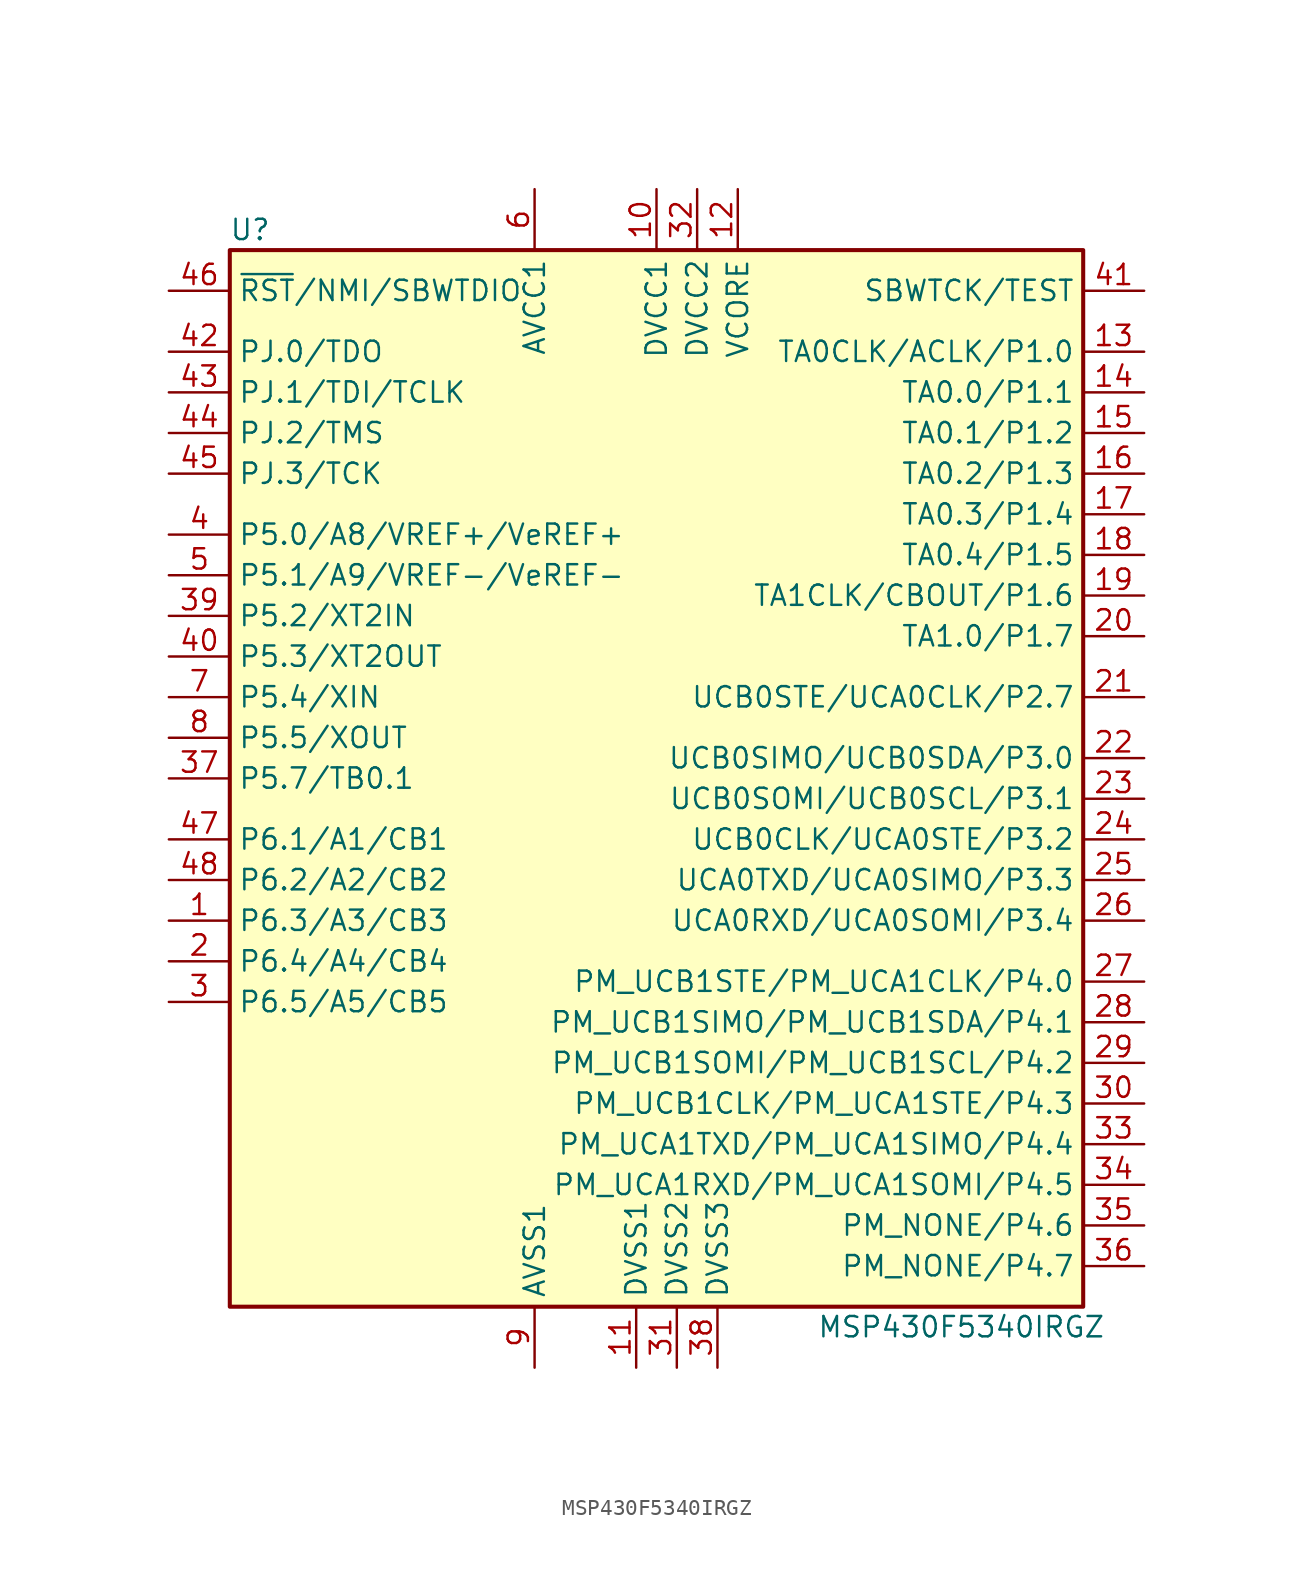
<source format=kicad_sym>
(kicad_symbol_lib
  (version 20201005)
  (generator kicad_symbol_editor)
  (symbol "MCU_Texas_MSP430:MSP430F5340IRGZ"
    (property "Reference" "U"
      (at -26.67 34.29 0)
      (effects (font (size 1.27 1.27))))
    (property "Value" "MSP430F5340IRGZ"
      (at 17.78 -34.29 0)
      (effects (font (size 1.27 1.27))))
    (symbol "MSP430F5340IRGZ_0_1"
      (rectangle (start -27.94 33.02) (end 25.4 -33.02) (stroke (width 0.254)) (fill (type background))))
    (symbol "MSP430F5340IRGZ_1_1"
      (pin bidirectional line (at -31.75 -8.89 0) (length 3.81) (name "P6.3/A3/CB3" (effects (font (size 1.27 1.27)))) (number "1" (effects (font (size 1.27 1.27)))))
      (pin power_in line (at -1.27 36.83 270) (length 3.81) (name "DVCC1" (effects (font (size 1.27 1.27)))) (number "10" (effects (font (size 1.27 1.27)))))
      (pin power_in line (at -2.54 -36.83 90) (length 3.81) (name "DVSS1" (effects (font (size 1.27 1.27)))) (number "11" (effects (font (size 1.27 1.27)))))
      (pin passive line (at 3.81 36.83 270) (length 3.81) (name "VCORE" (effects (font (size 1.27 1.27)))) (number "12" (effects (font (size 1.27 1.27)))))
      (pin bidirectional line (at 29.21 26.67 180) (length 3.81) (name "TA0CLK/ACLK/P1.0" (effects (font (size 1.27 1.27)))) (number "13" (effects (font (size 1.27 1.27)))))
      (pin bidirectional line (at 29.21 24.13 180) (length 3.81) (name "TA0.0/P1.1" (effects (font (size 1.27 1.27)))) (number "14" (effects (font (size 1.27 1.27)))))
      (pin bidirectional line (at 29.21 21.59 180) (length 3.81) (name "TA0.1/P1.2" (effects (font (size 1.27 1.27)))) (number "15" (effects (font (size 1.27 1.27)))))
      (pin bidirectional line (at 29.21 19.05 180) (length 3.81) (name "TA0.2/P1.3" (effects (font (size 1.27 1.27)))) (number "16" (effects (font (size 1.27 1.27)))))
      (pin bidirectional line (at 29.21 16.51 180) (length 3.81) (name "TA0.3/P1.4" (effects (font (size 1.27 1.27)))) (number "17" (effects (font (size 1.27 1.27)))))
      (pin bidirectional line (at 29.21 13.97 180) (length 3.81) (name "TA0.4/P1.5" (effects (font (size 1.27 1.27)))) (number "18" (effects (font (size 1.27 1.27)))))
      (pin bidirectional line (at 29.21 11.43 180) (length 3.81) (name "TA1CLK/CBOUT/P1.6" (effects (font (size 1.27 1.27)))) (number "19" (effects (font (size 1.27 1.27)))))
      (pin bidirectional line (at -31.75 -11.43 0) (length 3.81) (name "P6.4/A4/CB4" (effects (font (size 1.27 1.27)))) (number "2" (effects (font (size 1.27 1.27)))))
      (pin bidirectional line (at 29.21 8.89 180) (length 3.81) (name "TA1.0/P1.7" (effects (font (size 1.27 1.27)))) (number "20" (effects (font (size 1.27 1.27)))))
      (pin bidirectional line (at 29.21 5.08 180) (length 3.81) (name "UCB0STE/UCA0CLK/P2.7" (effects (font (size 1.27 1.27)))) (number "21" (effects (font (size 1.27 1.27)))))
      (pin bidirectional line (at 29.21 1.27 180) (length 3.81) (name "UCB0SIMO/UCB0SDA/P3.0" (effects (font (size 1.27 1.27)))) (number "22" (effects (font (size 1.27 1.27)))))
      (pin bidirectional line (at 29.21 -1.27 180) (length 3.81) (name "UCB0SOMI/UCB0SCL/P3.1" (effects (font (size 1.27 1.27)))) (number "23" (effects (font (size 1.27 1.27)))))
      (pin bidirectional line (at 29.21 -3.81 180) (length 3.81) (name "UCB0CLK/UCA0STE/P3.2" (effects (font (size 1.27 1.27)))) (number "24" (effects (font (size 1.27 1.27)))))
      (pin bidirectional line (at 29.21 -6.35 180) (length 3.81) (name "UCA0TXD/UCA0SIMO/P3.3" (effects (font (size 1.27 1.27)))) (number "25" (effects (font (size 1.27 1.27)))))
      (pin bidirectional line (at 29.21 -8.89 180) (length 3.81) (name "UCA0RXD/UCA0SOMI/P3.4" (effects (font (size 1.27 1.27)))) (number "26" (effects (font (size 1.27 1.27)))))
      (pin bidirectional line (at 29.21 -12.7 180) (length 3.81) (name "PM_UCB1STE/PM_UCA1CLK/P4.0" (effects (font (size 1.27 1.27)))) (number "27" (effects (font (size 1.27 1.27)))))
      (pin bidirectional line (at 29.21 -15.24 180) (length 3.81) (name "PM_UCB1SIMO/PM_UCB1SDA/P4.1" (effects (font (size 1.27 1.27)))) (number "28" (effects (font (size 1.27 1.27)))))
      (pin bidirectional line (at 29.21 -17.78 180) (length 3.81) (name "PM_UCB1SOMI/PM_UCB1SCL/P4.2" (effects (font (size 1.27 1.27)))) (number "29" (effects (font (size 1.27 1.27)))))
      (pin bidirectional line (at -31.75 -13.97 0) (length 3.81) (name "P6.5/A5/CB5" (effects (font (size 1.27 1.27)))) (number "3" (effects (font (size 1.27 1.27)))))
      (pin bidirectional line (at 29.21 -20.32 180) (length 3.81) (name "PM_UCB1CLK/PM_UCA1STE/P4.3" (effects (font (size 1.27 1.27)))) (number "30" (effects (font (size 1.27 1.27)))))
      (pin power_in line (at 0 -36.83 90) (length 3.81) (name "DVSS2" (effects (font (size 1.27 1.27)))) (number "31" (effects (font (size 1.27 1.27)))))
      (pin power_in line (at 1.27 36.83 270) (length 3.81) (name "DVCC2" (effects (font (size 1.27 1.27)))) (number "32" (effects (font (size 1.27 1.27)))))
      (pin bidirectional line (at 29.21 -22.86 180) (length 3.81) (name "PM_UCA1TXD/PM_UCA1SIMO/P4.4" (effects (font (size 1.27 1.27)))) (number "33" (effects (font (size 1.27 1.27)))))
      (pin bidirectional line (at 29.21 -25.4 180) (length 3.81) (name "PM_UCA1RXD/PM_UCA1SOMI/P4.5" (effects (font (size 1.27 1.27)))) (number "34" (effects (font (size 1.27 1.27)))))
      (pin bidirectional line (at 29.21 -27.94 180) (length 3.81) (name "PM_NONE/P4.6" (effects (font (size 1.27 1.27)))) (number "35" (effects (font (size 1.27 1.27)))))
      (pin bidirectional line (at 29.21 -30.48 180) (length 3.81) (name "PM_NONE/P4.7" (effects (font (size 1.27 1.27)))) (number "36" (effects (font (size 1.27 1.27)))))
      (pin bidirectional line (at -31.75 0 0) (length 3.81) (name "P5.7/TB0.1" (effects (font (size 1.27 1.27)))) (number "37" (effects (font (size 1.27 1.27)))))
      (pin power_in line (at 2.54 -36.83 90) (length 3.81) (name "DVSS3" (effects (font (size 1.27 1.27)))) (number "38" (effects (font (size 1.27 1.27)))))
      (pin bidirectional line (at -31.75 10.16 0) (length 3.81) (name "P5.2/XT2IN" (effects (font (size 1.27 1.27)))) (number "39" (effects (font (size 1.27 1.27)))))
      (pin bidirectional line (at -31.75 15.24 0) (length 3.81) (name "P5.0/A8/VREF+/VeREF+" (effects (font (size 1.27 1.27)))) (number "4" (effects (font (size 1.27 1.27)))))
      (pin bidirectional line (at -31.75 7.62 0) (length 3.81) (name "P5.3/XT2OUT" (effects (font (size 1.27 1.27)))) (number "40" (effects (font (size 1.27 1.27)))))
      (pin input line (at 29.21 30.48 180) (length 3.81) (name "SBWTCK/TEST" (effects (font (size 1.27 1.27)))) (number "41" (effects (font (size 1.27 1.27)))))
      (pin bidirectional line (at -31.75 26.67 0) (length 3.81) (name "PJ.0/TDO" (effects (font (size 1.27 1.27)))) (number "42" (effects (font (size 1.27 1.27)))))
      (pin bidirectional line (at -31.75 24.13 0) (length 3.81) (name "PJ.1/TDI/TCLK" (effects (font (size 1.27 1.27)))) (number "43" (effects (font (size 1.27 1.27)))))
      (pin bidirectional line (at -31.75 21.59 0) (length 3.81) (name "PJ.2/TMS" (effects (font (size 1.27 1.27)))) (number "44" (effects (font (size 1.27 1.27)))))
      (pin bidirectional line (at -31.75 19.05 0) (length 3.81) (name "PJ.3/TCK" (effects (font (size 1.27 1.27)))) (number "45" (effects (font (size 1.27 1.27)))))
      (pin input line (at -31.75 30.48 0) (length 3.81) (name "~RST~/NMI/SBWTDIO" (effects (font (size 1.27 1.27)))) (number "46" (effects (font (size 1.27 1.27)))))
      (pin bidirectional line (at -31.75 -3.81 0) (length 3.81) (name "P6.1/A1/CB1" (effects (font (size 1.27 1.27)))) (number "47" (effects (font (size 1.27 1.27)))))
      (pin bidirectional line (at -31.75 -6.35 0) (length 3.81) (name "P6.2/A2/CB2" (effects (font (size 1.27 1.27)))) (number "48" (effects (font (size 1.27 1.27)))))
      (pin bidirectional line (at -31.75 12.7 0) (length 3.81) (name "P5.1/A9/VREF-/VeREF-" (effects (font (size 1.27 1.27)))) (number "5" (effects (font (size 1.27 1.27)))))
      (pin power_in line (at -8.89 36.83 270) (length 3.81) (name "AVCC1" (effects (font (size 1.27 1.27)))) (number "6" (effects (font (size 1.27 1.27)))))
      (pin bidirectional line (at -31.75 5.08 0) (length 3.81) (name "P5.4/XIN" (effects (font (size 1.27 1.27)))) (number "7" (effects (font (size 1.27 1.27)))))
      (pin bidirectional line (at -31.75 2.54 0) (length 3.81) (name "P5.5/XOUT" (effects (font (size 1.27 1.27)))) (number "8" (effects (font (size 1.27 1.27)))))
      (pin power_in line (at -8.89 -36.83 90) (length 3.81) (name "AVSS1" (effects (font (size 1.27 1.27)))) (number "9" (effects (font (size 1.27 1.27))))))))
</source>
